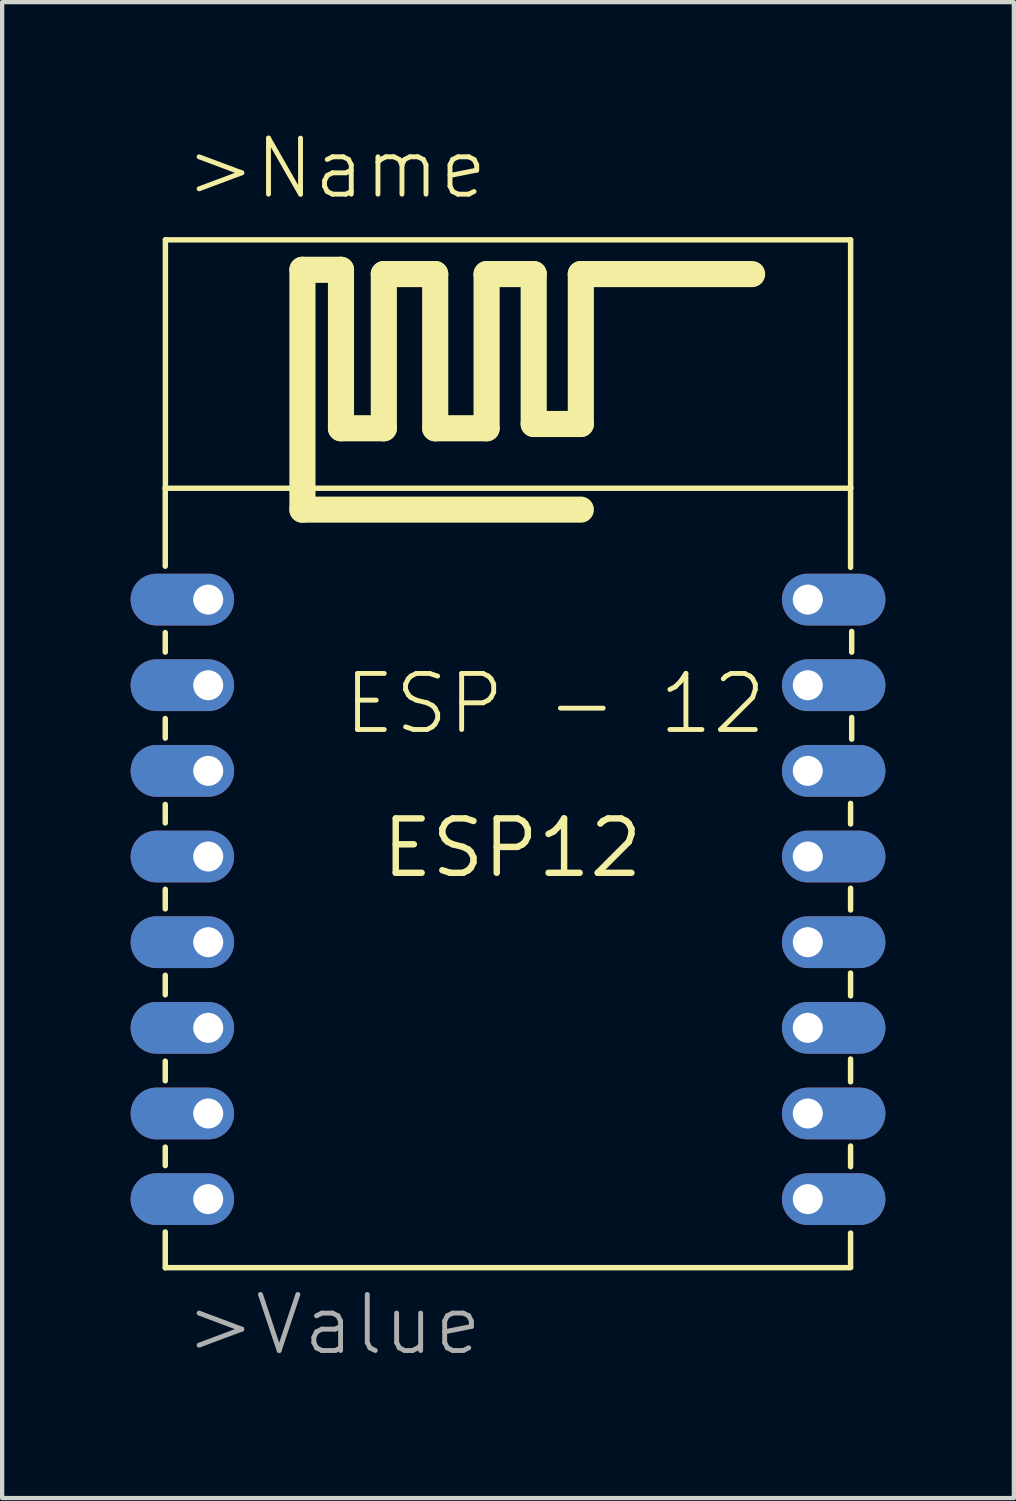
<source format=kicad_pcb>
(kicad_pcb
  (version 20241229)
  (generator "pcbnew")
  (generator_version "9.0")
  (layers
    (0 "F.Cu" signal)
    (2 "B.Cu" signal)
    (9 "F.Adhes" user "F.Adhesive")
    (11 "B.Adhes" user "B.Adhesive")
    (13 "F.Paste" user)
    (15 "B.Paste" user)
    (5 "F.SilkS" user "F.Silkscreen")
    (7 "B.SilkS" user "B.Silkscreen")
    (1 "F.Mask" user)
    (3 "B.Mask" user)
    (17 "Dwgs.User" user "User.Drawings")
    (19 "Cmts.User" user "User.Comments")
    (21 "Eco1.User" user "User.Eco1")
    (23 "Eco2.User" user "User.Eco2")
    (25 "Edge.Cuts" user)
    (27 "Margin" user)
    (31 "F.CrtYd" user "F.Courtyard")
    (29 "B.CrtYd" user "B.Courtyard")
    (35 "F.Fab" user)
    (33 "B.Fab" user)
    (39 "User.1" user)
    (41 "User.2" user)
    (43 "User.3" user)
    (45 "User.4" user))
  (footprint "ESP12"
    (layer "F.Cu")
    (at 8.912 16.75)
    (property "Reference" "ESP12" (at 0 0 0) (layer "F.SilkS") (effects (font (size 1.27 1.27) (thickness 0.15))))
    (fp_line (start -8.103 -8.407) (end -8.103 -6.579) (stroke (width 0.127) (type solid)) (layer "F.SilkS"))
    (fp_line (start -8.103 -5.029) (end -8.103 -4.572) (stroke (width 0.127) (type solid)) (layer "F.SilkS"))
    (fp_line (start -8.103 -3.023) (end -8.103 -2.565) (stroke (width 0.127) (type solid)) (layer "F.SilkS"))
    (fp_line (start -8.103 -1.016) (end -8.103 -0.584) (stroke (width 0.127) (type solid)) (layer "F.SilkS"))
    (fp_line (start -8.103 0.965) (end -8.103 1.422) (stroke (width 0.127) (type solid)) (layer "F.SilkS"))
    (fp_line (start -8.103 2.972) (end -8.103 3.429) (stroke (width 0.127) (type solid)) (layer "F.SilkS"))
    (fp_line (start -8.103 4.978) (end -8.103 5.436) (stroke (width 0.127) (type solid)) (layer "F.SilkS"))
    (fp_line (start -8.103 6.985) (end -8.103 7.417) (stroke (width 0.127) (type solid)) (layer "F.SilkS"))
    (fp_line (start -8.103 8.966) (end -8.103 9.804) (stroke (width 0.127) (type solid)) (layer "F.SilkS"))
    (fp_line (start -8.1 -14.2) (end 7.9 -14.2) (stroke (width 0.127) (type solid)) (layer "F.SilkS"))
    (fp_line (start -8.1 -8.4) (end -8.1 -14.2) (stroke (width 0.127) (type solid)) (layer "F.SilkS"))
    (fp_line (start -8.1 -8.4) (end 7.9 -8.4) (stroke (width 0.127) (type solid)) (layer "F.SilkS"))
    (fp_line (start -4.9 -13.5) (end -4 -13.5) (stroke (width 0.61) (type solid)) (layer "F.SilkS"))
    (fp_line (start -4.9 -8.6) (end -4.9 -13.5) (stroke (width 0.61) (type solid)) (layer "F.SilkS"))
    (fp_line (start -4.9 -8.5) (end -4.9 -7.9) (stroke (width 0.61) (type solid)) (layer "F.SilkS"))
    (fp_line (start -4.9 -7.9) (end 1.6 -7.9) (stroke (width 0.61) (type solid)) (layer "F.SilkS"))
    (fp_line (start -4 -13.5) (end -4 -9.8) (stroke (width 0.61) (type solid)) (layer "F.SilkS"))
    (fp_line (start -4 -9.8) (end -3 -9.8) (stroke (width 0.61) (type solid)) (layer "F.SilkS"))
    (fp_line (start -3 -13.4) (end -1.8 -13.4) (stroke (width 0.61) (type solid)) (layer "F.SilkS"))
    (fp_line (start -3 -9.8) (end -3 -13.4) (stroke (width 0.61) (type solid)) (layer "F.SilkS"))
    (fp_line (start -1.8 -13.4) (end -1.8 -9.8) (stroke (width 0.61) (type solid)) (layer "F.SilkS"))
    (fp_line (start -1.8 -9.8) (end -0.6 -9.8) (stroke (width 0.61) (type solid)) (layer "F.SilkS"))
    (fp_line (start -0.6 -13.4) (end 0.5 -13.4) (stroke (width 0.61) (type solid)) (layer "F.SilkS"))
    (fp_line (start -0.6 -9.8) (end -0.6 -13.4) (stroke (width 0.61) (type solid)) (layer "F.SilkS"))
    (fp_line (start 0.5 -13.4) (end 0.5 -9.9) (stroke (width 0.61) (type solid)) (layer "F.SilkS"))
    (fp_line (start 0.5 -9.9) (end 1.6 -9.9) (stroke (width 0.61) (type solid)) (layer "F.SilkS"))
    (fp_line (start 1.6 -13.4) (end 5.6 -13.4) (stroke (width 0.61) (type solid)) (layer "F.SilkS"))
    (fp_line (start 1.6 -9.9) (end 1.6 -13.4) (stroke (width 0.61) (type solid)) (layer "F.SilkS"))
    (fp_line (start 7.874 -8.407) (end 7.899 -8.407) (stroke (width 0.127) (type solid)) (layer "F.SilkS"))
    (fp_line (start 7.899 -8.407) (end 7.899 -6.553) (stroke (width 0.127) (type solid)) (layer "F.SilkS"))
    (fp_line (start 7.899 -1.041) (end 7.899 -0.559) (stroke (width 0.127) (type solid)) (layer "F.SilkS"))
    (fp_line (start 7.899 0.94) (end 7.899 1.448) (stroke (width 0.127) (type solid)) (layer "F.SilkS"))
    (fp_line (start 7.899 2.921) (end 7.899 3.454) (stroke (width 0.127) (type solid)) (layer "F.SilkS"))
    (fp_line (start 7.899 4.928) (end 7.899 5.461) (stroke (width 0.127) (type solid)) (layer "F.SilkS"))
    (fp_line (start 7.899 6.96) (end 7.899 7.442) (stroke (width 0.127) (type solid)) (layer "F.SilkS"))
    (fp_line (start 7.899 9.779) (end 7.899 8.992) (stroke (width 0.127) (type solid)) (layer "F.SilkS"))
    (fp_line (start 7.9 -14.2) (end 7.9 -8.4) (stroke (width 0.127) (type solid)) (layer "F.SilkS"))
    (fp_line (start 7.9 9.8) (end -8.1 9.8) (stroke (width 0.127) (type solid)) (layer "F.SilkS"))
    (fp_line (start 7.925 -5.055) (end 7.925 -4.572) (stroke (width 0.127) (type solid)) (layer "F.SilkS"))
    (fp_line (start 7.925 -3.048) (end 7.925 -2.54) (stroke (width 0.127) (type solid)) (layer "F.SilkS"))
    (fp_text user ">Name" (at -7.7 -15.1 0) (layer "F.SilkS") (effects (font (size 1.309 1.309) (thickness 0.114)) (justify left bottom)))
    (fp_text user "ESP - 12" (at -4 -2.6 0) (layer "F.SilkS") (effects (font (size 1.309 1.309) (thickness 0.114)) (justify left bottom)))
    (fp_text user ">Value" (at -7.7 11.9 0) (layer "F.Fab") (effects (font (size 1.309 1.309) (thickness 0.114)) (justify left bottom)))
    (pad "ADC" thru_hole oval (at -7.1 -3.8 180) (size 2.416 1.208) (drill 0.7 (offset 0.604 0)) (layers "*.Cu" "*.Mask"))
    (pad "CH_PD" thru_hole oval (at -7.1 -1.8 180) (size 2.416 1.208) (drill 0.7 (offset 0.604 0)) (layers "*.Cu" "*.Mask"))
    (pad "GND" thru_hole oval (at 6.9 8.2) (size 2.416 1.208) (drill 0.7 (offset 0.604 0)) (layers "*.Cu" "*.Mask"))
    (pad "GPIO0" thru_hole oval (at 6.9 2.2) (size 2.416 1.208) (drill 0.7 (offset 0.604 0)) (layers "*.Cu" "*.Mask"))
    (pad "GPIO2" thru_hole oval (at 6.9 4.2) (size 2.416 1.208) (drill 0.7 (offset 0.604 0)) (layers "*.Cu" "*.Mask"))
    (pad "GPIO4" thru_hole oval (at 6.9 -1.8) (size 2.416 1.208) (drill 0.7 (offset 0.604 0)) (layers "*.Cu" "*.Mask"))
    (pad "GPIO5" thru_hole oval (at 6.9 0.2) (size 2.416 1.208) (drill 0.7 (offset 0.604 0)) (layers "*.Cu" "*.Mask"))
    (pad "GPIO12" thru_hole oval (at -7.1 4.2 180) (size 2.416 1.208) (drill 0.7 (offset 0.604 0)) (layers "*.Cu" "*.Mask"))
    (pad "GPIO13" thru_hole oval (at -7.1 6.2 180) (size 2.416 1.208) (drill 0.7 (offset 0.604 0)) (layers "*.Cu" "*.Mask"))
    (pad "GPIO14" thru_hole oval (at -7.1 2.2 180) (size 2.416 1.208) (drill 0.7 (offset 0.604 0)) (layers "*.Cu" "*.Mask"))
    (pad "GPIO15" thru_hole oval (at 6.9 6.2) (size 2.416 1.208) (drill 0.7 (offset 0.604 0)) (layers "*.Cu" "*.Mask"))
    (pad "GPIO16" thru_hole oval (at -7.1 0.2 180) (size 2.416 1.208) (drill 0.7 (offset 0.604 0)) (layers "*.Cu" "*.Mask"))
    (pad "RESET" thru_hole oval (at -7.1 -5.8 180) (size 2.416 1.208) (drill 0.7 (offset 0.604 0)) (layers "*.Cu" "*.Mask"))
    (pad "RX" thru_hole oval (at 6.9 -3.8) (size 2.416 1.208) (drill 0.7 (offset 0.604 0)) (layers "*.Cu" "*.Mask"))
    (pad "TX" thru_hole oval (at 6.9 -5.8) (size 2.416 1.208) (drill 0.7 (offset 0.604 0)) (layers "*.Cu" "*.Mask"))
    (pad "VCC" thru_hole oval (at -7.1 8.2 180) (size 2.416 1.208) (drill 0.7 (offset 0.604 0)) (layers "*.Cu" "*.Mask")))
  (gr_rect
    (start -3 -3)
    (end 20.624 31.93)
    (stroke (width 0.1) (type default))
    (fill no)
    (layer "Edge.Cuts")))
</source>
